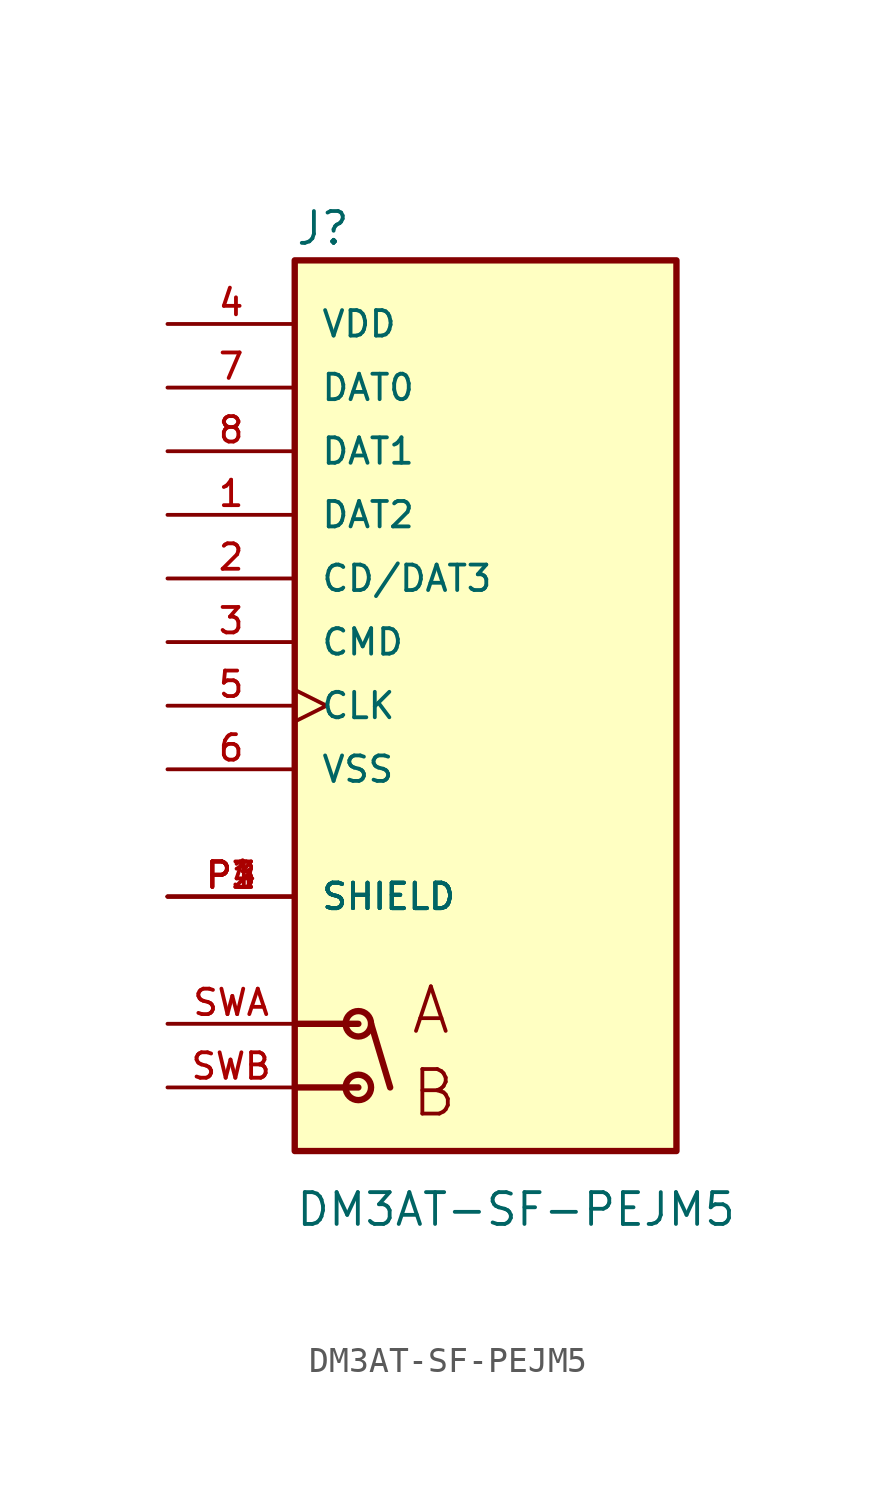
<source format=kicad_sym>
(kicad_symbol_lib
  (version 20220914)
  (generator kicad_symbol_editor)
  (symbol "DM3AT-SF-PEJM5"
    (pin_names
      (offset 1.016))
    (property "Reference" "J"
      (at -7.62 18.315 0)
      (effects (font (size 1.27 1.27)) (justify left bottom)))
    (property "Value" "DM3AT-SF-PEJM5"
      (at -7.62 -20.854 0)
      (effects (font (size 1.27 1.27)) (justify left bottom)))
    (symbol "DM3AT-SF-PEJM5_0_0"
      (rectangle (start -7.62 -17.78) (end 7.62 17.78) (stroke (width 0.254) (type default)) (fill (type background)))
      (circle (center -5.08 -15.24) (radius 0.508) (stroke (width 0.254) (type default)) (fill (type none)))
      (circle (center -5.08 -12.7) (radius 0.508) (stroke (width 0.254) (type default)) (fill (type none)))
      (polyline (pts (xy -7.62 -15.24) (xy -5.08 -15.24)) (stroke (width 0.254) (type default)) (fill (type none)))
      (polyline (pts (xy -7.62 -12.7) (xy -5.08 -12.7)) (stroke (width 0.254) (type default)) (fill (type none)))
      (polyline (pts (xy -4.572 -12.7) (xy -3.81 -15.24)) (stroke (width 0.254) (type default)) (fill (type none)))
      (text "A" (at -3.048 -13.208 0) (effects (font (size 1.778 1.778)) (justify left bottom)))
      (text "B" (at -3.048 -16.51 0) (effects (font (size 1.778 1.778)) (justify left bottom)))
      (pin bidirectional line (at -12.7 7.62 0) (length 5.08) (name "DAT2" (effects (font (size 1.016 1.016)))) (number "1" (effects (font (size 1.016 1.016)))))
      (pin bidirectional line (at -12.7 5.08 0) (length 5.08) (name "CD/DAT3" (effects (font (size 1.016 1.016)))) (number "2" (effects (font (size 1.016 1.016)))))
      (pin bidirectional line (at -12.7 2.54 0) (length 5.08) (name "CMD" (effects (font (size 1.016 1.016)))) (number "3" (effects (font (size 1.016 1.016)))))
      (pin power_in line (at -12.7 15.24 0) (length 5.08) (name "VDD" (effects (font (size 1.016 1.016)))) (number "4" (effects (font (size 1.016 1.016)))))
      (pin bidirectional clock (at -12.7 0 0) (length 5.08) (name "CLK" (effects (font (size 1.016 1.016)))) (number "5" (effects (font (size 1.016 1.016)))))
      (pin power_in line (at -12.7 -2.54 0) (length 5.08) (name "VSS" (effects (font (size 1.016 1.016)))) (number "6" (effects (font (size 1.016 1.016)))))
      (pin bidirectional line (at -12.7 12.7 0) (length 5.08) (name "DAT0" (effects (font (size 1.016 1.016)))) (number "7" (effects (font (size 1.016 1.016)))))
      (pin bidirectional line (at -12.7 10.16 0) (length 5.08) (name "DAT1" (effects (font (size 1.016 1.016)))) (number "8" (effects (font (size 1.016 1.016)))))
      (pin passive line (at -12.7 -7.62 0) (length 5.08) (name "SHIELD" (effects (font (size 1.016 1.016)))) (number "P1" (effects (font (size 1.016 1.016)))))
      (pin passive line (at -12.7 -7.62 0) (length 5.08) (name "SHIELD" (effects (font (size 1.016 1.016)))) (number "P2" (effects (font (size 1.016 1.016)))))
      (pin passive line (at -12.7 -7.62 0) (length 5.08) (name "SHIELD" (effects (font (size 1.016 1.016)))) (number "P3" (effects (font (size 1.016 1.016)))))
      (pin passive line (at -12.7 -7.62 0) (length 5.08) (name "SHIELD" (effects (font (size 1.016 1.016)))) (number "P4" (effects (font (size 1.016 1.016)))))
      (pin bidirectional line (at -12.7 -12.7 0) (length 5.08) (name "~" (effects (font (size 1.016 1.016)))) (number "SWA" (effects (font (size 1.016 1.016)))))
      (pin bidirectional line (at -12.7 -15.24 0) (length 5.08) (name "~" (effects (font (size 1.016 1.016)))) (number "SWB" (effects (font (size 1.016 1.016))))))))
</source>
